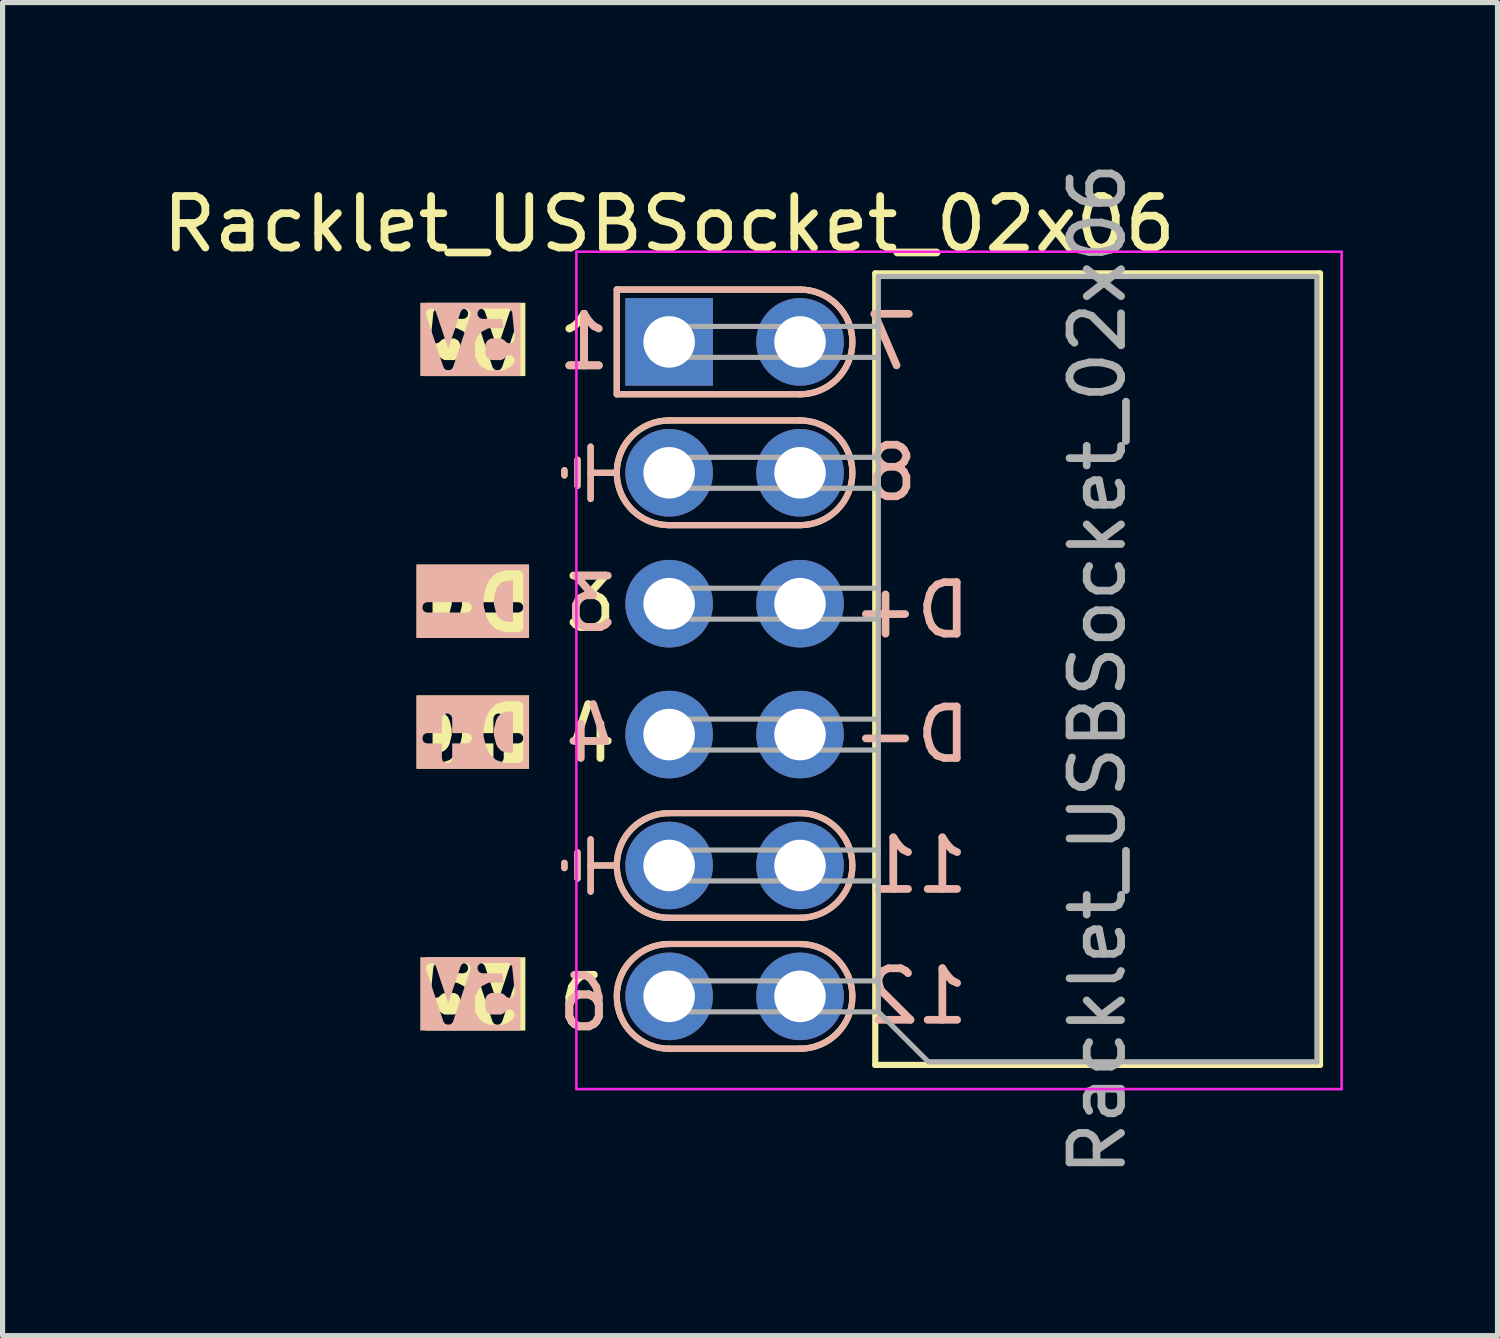
<source format=kicad_pcb>
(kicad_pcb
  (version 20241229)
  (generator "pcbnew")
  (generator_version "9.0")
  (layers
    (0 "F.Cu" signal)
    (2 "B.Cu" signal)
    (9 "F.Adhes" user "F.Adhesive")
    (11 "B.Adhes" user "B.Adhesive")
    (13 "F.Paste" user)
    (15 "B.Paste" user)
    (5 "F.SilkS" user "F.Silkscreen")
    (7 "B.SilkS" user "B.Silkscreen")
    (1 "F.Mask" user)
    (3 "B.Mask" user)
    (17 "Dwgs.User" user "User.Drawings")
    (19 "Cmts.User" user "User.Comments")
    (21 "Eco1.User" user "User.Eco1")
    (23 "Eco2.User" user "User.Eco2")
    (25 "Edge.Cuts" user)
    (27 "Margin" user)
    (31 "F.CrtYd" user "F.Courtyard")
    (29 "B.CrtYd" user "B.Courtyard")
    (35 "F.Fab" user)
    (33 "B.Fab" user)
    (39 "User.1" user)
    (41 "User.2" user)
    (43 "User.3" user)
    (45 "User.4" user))
  (footprint "Racklet_USBSocket_02x06"
    (layer "F.Cu")
    (at 9.935 3.585)
    (property "Reference" "Racklet_USBSocket_02x06" (at 0 -2.286 180) (layer "F.SilkS") (effects (font (size 1 1) (thickness 0.15))))
    (attr through_hole)
    (fp_line (start -2.032 2.591) (end -2.032 2.489) (stroke (width 0.12) (type solid)) (layer "F.SilkS"))
    (fp_line (start -2.032 10.211) (end -2.032 10.109) (stroke (width 0.12) (type solid)) (layer "F.SilkS"))
    (fp_line (start -1.778 2.794) (end -1.778 2.286) (stroke (width 0.12) (type solid)) (layer "F.SilkS"))
    (fp_line (start -1.778 10.414) (end -1.778 9.906) (stroke (width 0.12) (type solid)) (layer "F.SilkS"))
    (fp_line (start -1.524 3.048) (end -1.524 2.032) (stroke (width 0.12) (type solid)) (layer "F.SilkS"))
    (fp_line (start -1.524 10.668) (end -1.524 9.652) (stroke (width 0.12) (type solid)) (layer "F.SilkS"))
    (fp_line (start -1.016 -1.016) (end 2.54 -1.016) (stroke (width 0.12) (type solid)) (layer "F.SilkS"))
    (fp_line (start -1.016 1.016) (end -1.016 -1.016) (stroke (width 0.12) (type default)) (layer "F.SilkS"))
    (fp_line (start -1.016 2.54) (end -1.524 2.54) (stroke (width 0.12) (type solid)) (layer "F.SilkS"))
    (fp_line (start -1.016 10.16) (end -1.524 10.16) (stroke (width 0.12) (type solid)) (layer "F.SilkS"))
    (fp_line (start 0 1.524) (end 2.54 1.524) (stroke (width 0.12) (type solid)) (layer "F.SilkS"))
    (fp_line (start 0 3.556) (end 2.54 3.556) (stroke (width 0.12) (type solid)) (layer "F.SilkS"))
    (fp_line (start 0 9.144) (end 2.54 9.144) (stroke (width 0.12) (type solid)) (layer "F.SilkS"))
    (fp_line (start 0 11.684) (end 2.54 11.684) (stroke (width 0.12) (type solid)) (layer "F.SilkS"))
    (fp_line (start 2.54 1.016) (end -1.016 1.016) (stroke (width 0.12) (type solid)) (layer "F.SilkS"))
    (fp_line (start 2.54 11.176) (end 0 11.176) (stroke (width 0.12) (type solid)) (layer "F.SilkS"))
    (fp_line (start 2.54 13.716) (end 0 13.716) (stroke (width 0.12) (type solid)) (layer "F.SilkS"))
    (fp_line (start 4 14.03) (end 4 -1.33) (stroke (width 0.12) (type solid)) (layer "F.SilkS"))
    (fp_line (start 12.63 -1.33) (end 4 -1.33) (stroke (width 0.12) (type solid)) (layer "F.SilkS"))
    (fp_line (start 12.63 14.03) (end 4 14.03) (stroke (width 0.12) (type solid)) (layer "F.SilkS"))
    (fp_line (start 12.63 14.03) (end 12.63 -1.33) (stroke (width 0.12) (type solid)) (layer "F.SilkS"))
    (fp_arc (start 0 3.556) (mid -1.016 2.54) (end 0 1.524) (stroke (width 0.12) (type solid)) (layer "F.SilkS"))
    (fp_arc (start 0 11.176) (mid -1.016 10.16) (end 0 9.144) (stroke (width 0.12) (type solid)) (layer "F.SilkS"))
    (fp_arc (start 0 13.716) (mid -1.016 12.7) (end 0 11.684) (stroke (width 0.12) (type solid)) (layer "F.SilkS"))
    (fp_arc (start 2.54 -1.016) (mid 3.556 0) (end 2.54 1.016) (stroke (width 0.12) (type solid)) (layer "F.SilkS"))
    (fp_arc (start 2.54 1.524) (mid 3.556 2.54) (end 2.54 3.556) (stroke (width 0.12) (type solid)) (layer "F.SilkS"))
    (fp_arc (start 2.54 9.144) (mid 3.556 10.16) (end 2.54 11.176) (stroke (width 0.12) (type solid)) (layer "F.SilkS"))
    (fp_arc (start 2.54 11.684) (mid 3.556 12.7) (end 2.54 13.716) (stroke (width 0.12) (type solid)) (layer "F.SilkS"))
    (fp_line (start -2.032 2.489) (end -2.032 2.591) (stroke (width 0.12) (type solid)) (layer "B.SilkS"))
    (fp_line (start -2.032 10.109) (end -2.032 10.211) (stroke (width 0.12) (type solid)) (layer "B.SilkS"))
    (fp_line (start -1.778 2.286) (end -1.778 2.794) (stroke (width 0.12) (type solid)) (layer "B.SilkS"))
    (fp_line (start -1.778 9.906) (end -1.778 10.414) (stroke (width 0.12) (type solid)) (layer "B.SilkS"))
    (fp_line (start -1.524 2.032) (end -1.524 3.048) (stroke (width 0.12) (type solid)) (layer "B.SilkS"))
    (fp_line (start -1.524 9.652) (end -1.524 10.668) (stroke (width 0.12) (type solid)) (layer "B.SilkS"))
    (fp_line (start -1.016 -1.016) (end -1.016 1.016) (stroke (width 0.12) (type default)) (layer "B.SilkS"))
    (fp_line (start -1.016 1.016) (end 2.54 1.016) (stroke (width 0.12) (type solid)) (layer "B.SilkS"))
    (fp_line (start -1.016 2.54) (end -1.524 2.54) (stroke (width 0.12) (type solid)) (layer "B.SilkS"))
    (fp_line (start -1.016 10.16) (end -1.524 10.16) (stroke (width 0.12) (type solid)) (layer "B.SilkS"))
    (fp_line (start 0 11.176) (end 2.54 11.176) (stroke (width 0.12) (type solid)) (layer "B.SilkS"))
    (fp_line (start 0 13.716) (end 2.54 13.716) (stroke (width 0.12) (type solid)) (layer "B.SilkS"))
    (fp_line (start 2.54 -1.016) (end -1.016 -1.016) (stroke (width 0.12) (type solid)) (layer "B.SilkS"))
    (fp_line (start 2.54 1.524) (end 0 1.524) (stroke (width 0.12) (type solid)) (layer "B.SilkS"))
    (fp_line (start 2.54 3.556) (end 0 3.556) (stroke (width 0.12) (type solid)) (layer "B.SilkS"))
    (fp_line (start 2.54 9.144) (end 0 9.144) (stroke (width 0.12) (type solid)) (layer "B.SilkS"))
    (fp_line (start 2.54 11.684) (end 0 11.684) (stroke (width 0.12) (type solid)) (layer "B.SilkS"))
    (fp_arc (start 0 3.556) (mid -1.016 2.54) (end 0 1.524) (stroke (width 0.12) (type solid)) (layer "B.SilkS"))
    (fp_arc (start 0 11.176) (mid -1.016 10.16) (end 0 9.144) (stroke (width 0.12) (type solid)) (layer "B.SilkS"))
    (fp_arc (start 0 13.716) (mid -1.016 12.7) (end 0 11.684) (stroke (width 0.12) (type solid)) (layer "B.SilkS"))
    (fp_arc (start 2.54 -1.016) (mid 3.556 0) (end 2.54 1.016) (stroke (width 0.12) (type solid)) (layer "B.SilkS"))
    (fp_arc (start 2.54 1.524) (mid 3.556 2.54) (end 2.54 3.556) (stroke (width 0.12) (type solid)) (layer "B.SilkS"))
    (fp_arc (start 2.54 9.144) (mid 3.556 10.16) (end 2.54 11.176) (stroke (width 0.12) (type solid)) (layer "B.SilkS"))
    (fp_arc (start 2.54 11.684) (mid 3.556 12.7) (end 2.54 13.716) (stroke (width 0.12) (type solid)) (layer "B.SilkS"))
    (fp_line (start -1.8 -1.75) (end -1.8 14.5) (stroke (width 0.05) (type solid)) (layer "F.CrtYd"))
    (fp_line (start -1.8 14.5) (end 13.05 14.5) (stroke (width 0.05) (type solid)) (layer "F.CrtYd"))
    (fp_line (start 13.05 -1.75) (end -1.8 -1.75) (stroke (width 0.05) (type solid)) (layer "F.CrtYd"))
    (fp_line (start 13.05 14.5) (end 13.05 -1.75) (stroke (width 0.05) (type solid)) (layer "F.CrtYd"))
    (fp_line (start 0 -0.3) (end 0 0.3) (stroke (width 0.1) (type solid)) (layer "F.Fab"))
    (fp_line (start 0 0.3) (end 4.06 0.3) (stroke (width 0.1) (type solid)) (layer "F.Fab"))
    (fp_line (start 0 2.24) (end 0 2.84) (stroke (width 0.1) (type solid)) (layer "F.Fab"))
    (fp_line (start 0 2.84) (end 4.06 2.84) (stroke (width 0.1) (type solid)) (layer "F.Fab"))
    (fp_line (start 0 4.78) (end 0 5.38) (stroke (width 0.1) (type solid)) (layer "F.Fab"))
    (fp_line (start 0 5.38) (end 4.06 5.38) (stroke (width 0.1) (type solid)) (layer "F.Fab"))
    (fp_line (start 0 7.32) (end 0 7.92) (stroke (width 0.1) (type solid)) (layer "F.Fab"))
    (fp_line (start 0 7.92) (end 4.06 7.92) (stroke (width 0.1) (type solid)) (layer "F.Fab"))
    (fp_line (start 0 9.86) (end 0 10.46) (stroke (width 0.1) (type solid)) (layer "F.Fab"))
    (fp_line (start 0 10.46) (end 4.06 10.46) (stroke (width 0.1) (type solid)) (layer "F.Fab"))
    (fp_line (start 0 12.4) (end 0 13) (stroke (width 0.1) (type solid)) (layer "F.Fab"))
    (fp_line (start 0 13) (end 4.06 13) (stroke (width 0.1) (type solid)) (layer "F.Fab"))
    (fp_line (start 4.06 -1.27) (end 12.57 -1.27) (stroke (width 0.1) (type solid)) (layer "F.Fab"))
    (fp_line (start 4.06 -0.3) (end 0 -0.3) (stroke (width 0.1) (type solid)) (layer "F.Fab"))
    (fp_line (start 4.06 2.24) (end 0 2.24) (stroke (width 0.1) (type solid)) (layer "F.Fab"))
    (fp_line (start 4.06 4.78) (end 0 4.78) (stroke (width 0.1) (type solid)) (layer "F.Fab"))
    (fp_line (start 4.06 7.32) (end 0 7.32) (stroke (width 0.1) (type solid)) (layer "F.Fab"))
    (fp_line (start 4.06 9.86) (end 0 9.86) (stroke (width 0.1) (type solid)) (layer "F.Fab"))
    (fp_line (start 4.06 12.4) (end 0 12.4) (stroke (width 0.1) (type solid)) (layer "F.Fab"))
    (fp_line (start 4.06 13) (end 4.06 -1.27) (stroke (width 0.1) (type solid)) (layer "F.Fab"))
    (fp_line (start 5.03 13.97) (end 4.06 13) (stroke (width 0.1) (type solid)) (layer "F.Fab"))
    (fp_line (start 12.57 -1.27) (end 12.57 13.97) (stroke (width 0.1) (type solid)) (layer "F.Fab"))
    (fp_line (start 12.57 13.97) (end 5.03 13.97) (stroke (width 0.1) (type solid)) (layer "F.Fab"))
    (fp_text user "D+" (at -3.81 7.62 0) (unlocked yes) (layer "F.SilkS" knockout) (effects (font (size 1 1) (thickness 0.2) (bold yes))))
    (fp_text user "1" (at -1.651 0 0) (unlocked yes) (layer "F.SilkS") (effects (font (size 1 1) (thickness 0.15))))
    (fp_text user "5V" (at -3.81 0 0) (unlocked yes) (layer "F.SilkS" knockout) (effects (font (size 1 1) (thickness 0.2) (bold yes))))
    (fp_text user "3" (at -1.524 5.08 0) (unlocked yes) (layer "F.SilkS") (effects (font (size 1 1) (thickness 0.15))))
    (fp_text user "D-" (at -3.81 5.08 0) (unlocked yes) (layer "F.SilkS" knockout) (effects (font (size 1 1) (thickness 0.2) (bold yes))))
    (fp_text user "6" (at -1.651 12.827 0) (unlocked yes) (layer "F.SilkS") (effects (font (size 1 1) (thickness 0.15))))
    (fp_text user "4" (at -1.524 7.62 0) (unlocked yes) (layer "F.SilkS") (effects (font (size 1 1) (thickness 0.15))))
    (fp_text user "5V" (at -3.81 12.7 0) (unlocked yes) (layer "F.SilkS" knockout) (effects (font (size 1 1) (thickness 0.2) (bold yes))))
    (fp_text user "D-" (at 4.699 7.62 0) (unlocked yes) (layer "B.SilkS") (effects (font (size 1 1) (thickness 0.15)) (justify mirror)))
    (fp_text user "3" (at -1.524 5.08 0) (unlocked yes) (layer "B.SilkS") (effects (font (size 1 1) (thickness 0.15)) (justify mirror)))
    (fp_text user "7" (at 4.318 0 0) (unlocked yes) (layer "B.SilkS") (effects (font (size 1 1) (thickness 0.15)) (justify mirror)))
    (fp_text user "D+" (at 4.699 5.207 0) (unlocked yes) (layer "B.SilkS") (effects (font (size 1 1) (thickness 0.15)) (justify mirror)))
    (fp_text user "5V" (at -3.81 0 0) (unlocked yes) (layer "B.SilkS" knockout) (effects (font (size 1 1) (thickness 0.2) (bold yes)) (justify mirror)))
    (fp_text user "11" (at 4.826 10.16 0) (unlocked yes) (layer "B.SilkS") (effects (font (size 1 1) (thickness 0.15)) (justify mirror)))
    (fp_text user "1" (at -1.651 0 0) (unlocked yes) (layer "B.SilkS") (effects (font (size 1 1) (thickness 0.15)) (justify mirror)))
    (fp_text user "8" (at 4.318 2.54 0) (unlocked yes) (layer "B.SilkS") (effects (font (size 1 1) (thickness 0.15)) (justify mirror)))
    (fp_text user "5V" (at -3.81 12.7 0) (unlocked yes) (layer "B.SilkS" knockout) (effects (font (size 1 1) (thickness 0.2) (bold yes)) (justify mirror)))
    (fp_text user "12" (at 4.826 12.7 0) (unlocked yes) (layer "B.SilkS") (effects (font (size 1 1) (thickness 0.15)) (justify mirror)))
    (fp_text user "6" (at -1.651 12.827 0) (unlocked yes) (layer "B.SilkS") (effects (font (size 1 1) (thickness 0.15)) (justify mirror)))
    (fp_text user "D-" (at -3.81 5.08 0) (unlocked yes) (layer "B.SilkS" knockout) (effects (font (size 1 1) (thickness 0.2) (bold yes)) (justify mirror)))
    (fp_text user "D+" (at -3.81 7.62 0) (unlocked yes) (layer "B.SilkS" knockout) (effects (font (size 1 1) (thickness 0.2) (bold yes)) (justify mirror)))
    (fp_text user "4" (at -1.524 7.62 0) (unlocked yes) (layer "B.SilkS") (effects (font (size 1 1) (thickness 0.15)) (justify mirror)))
    (fp_text user "${REFERENCE}" (at 8.315 6.35 270) (layer "F.Fab") (effects (font (size 1 1) (thickness 0.15))))
    (pad "1" thru_hole rect (at 0 0 180) (size 1.7 1.7) (drill 1) (layers "*.Cu" "*.Mask"))
    (pad "2" thru_hole oval (at 0 2.54 180) (size 1.7 1.7) (drill 1) (layers "*.Cu" "*.Mask"))
    (pad "3" thru_hole oval (at 0 5.08 180) (size 1.7 1.7) (drill 1) (layers "*.Cu" "*.Mask"))
    (pad "4" thru_hole oval (at 0 7.62 180) (size 1.7 1.7) (drill 1) (layers "*.Cu" "*.Mask"))
    (pad "5" thru_hole oval (at 0 10.16 180) (size 1.7 1.7) (drill 1) (layers "*.Cu" "*.Mask"))
    (pad "6" thru_hole oval (at 0 12.7 180) (size 1.7 1.7) (drill 1) (layers "*.Cu" "*.Mask"))
    (pad "7" thru_hole oval (at 2.54 0 180) (size 1.7 1.7) (drill 1) (layers "*.Cu" "*.Mask"))
    (pad "8" thru_hole oval (at 2.54 2.54 180) (size 1.7 1.7) (drill 1) (layers "*.Cu" "*.Mask"))
    (pad "9" thru_hole oval (at 2.54 5.08 180) (size 1.7 1.7) (drill 1) (layers "*.Cu" "*.Mask"))
    (pad "10" thru_hole oval (at 2.54 7.62 180) (size 1.7 1.7) (drill 1) (layers "*.Cu" "*.Mask"))
    (pad "11" thru_hole oval (at 2.54 10.16 180) (size 1.7 1.7) (drill 1) (layers "*.Cu" "*.Mask"))
    (pad "12" thru_hole oval (at 2.54 12.7 180) (size 1.7 1.7) (drill 1) (layers "*.Cu" "*.Mask")))
  (gr_rect
    (start -3 -3)
    (end 26.01 22.869)
    (stroke (width 0.1) (type default))
    (fill no)
    (layer "Edge.Cuts")))
</source>
